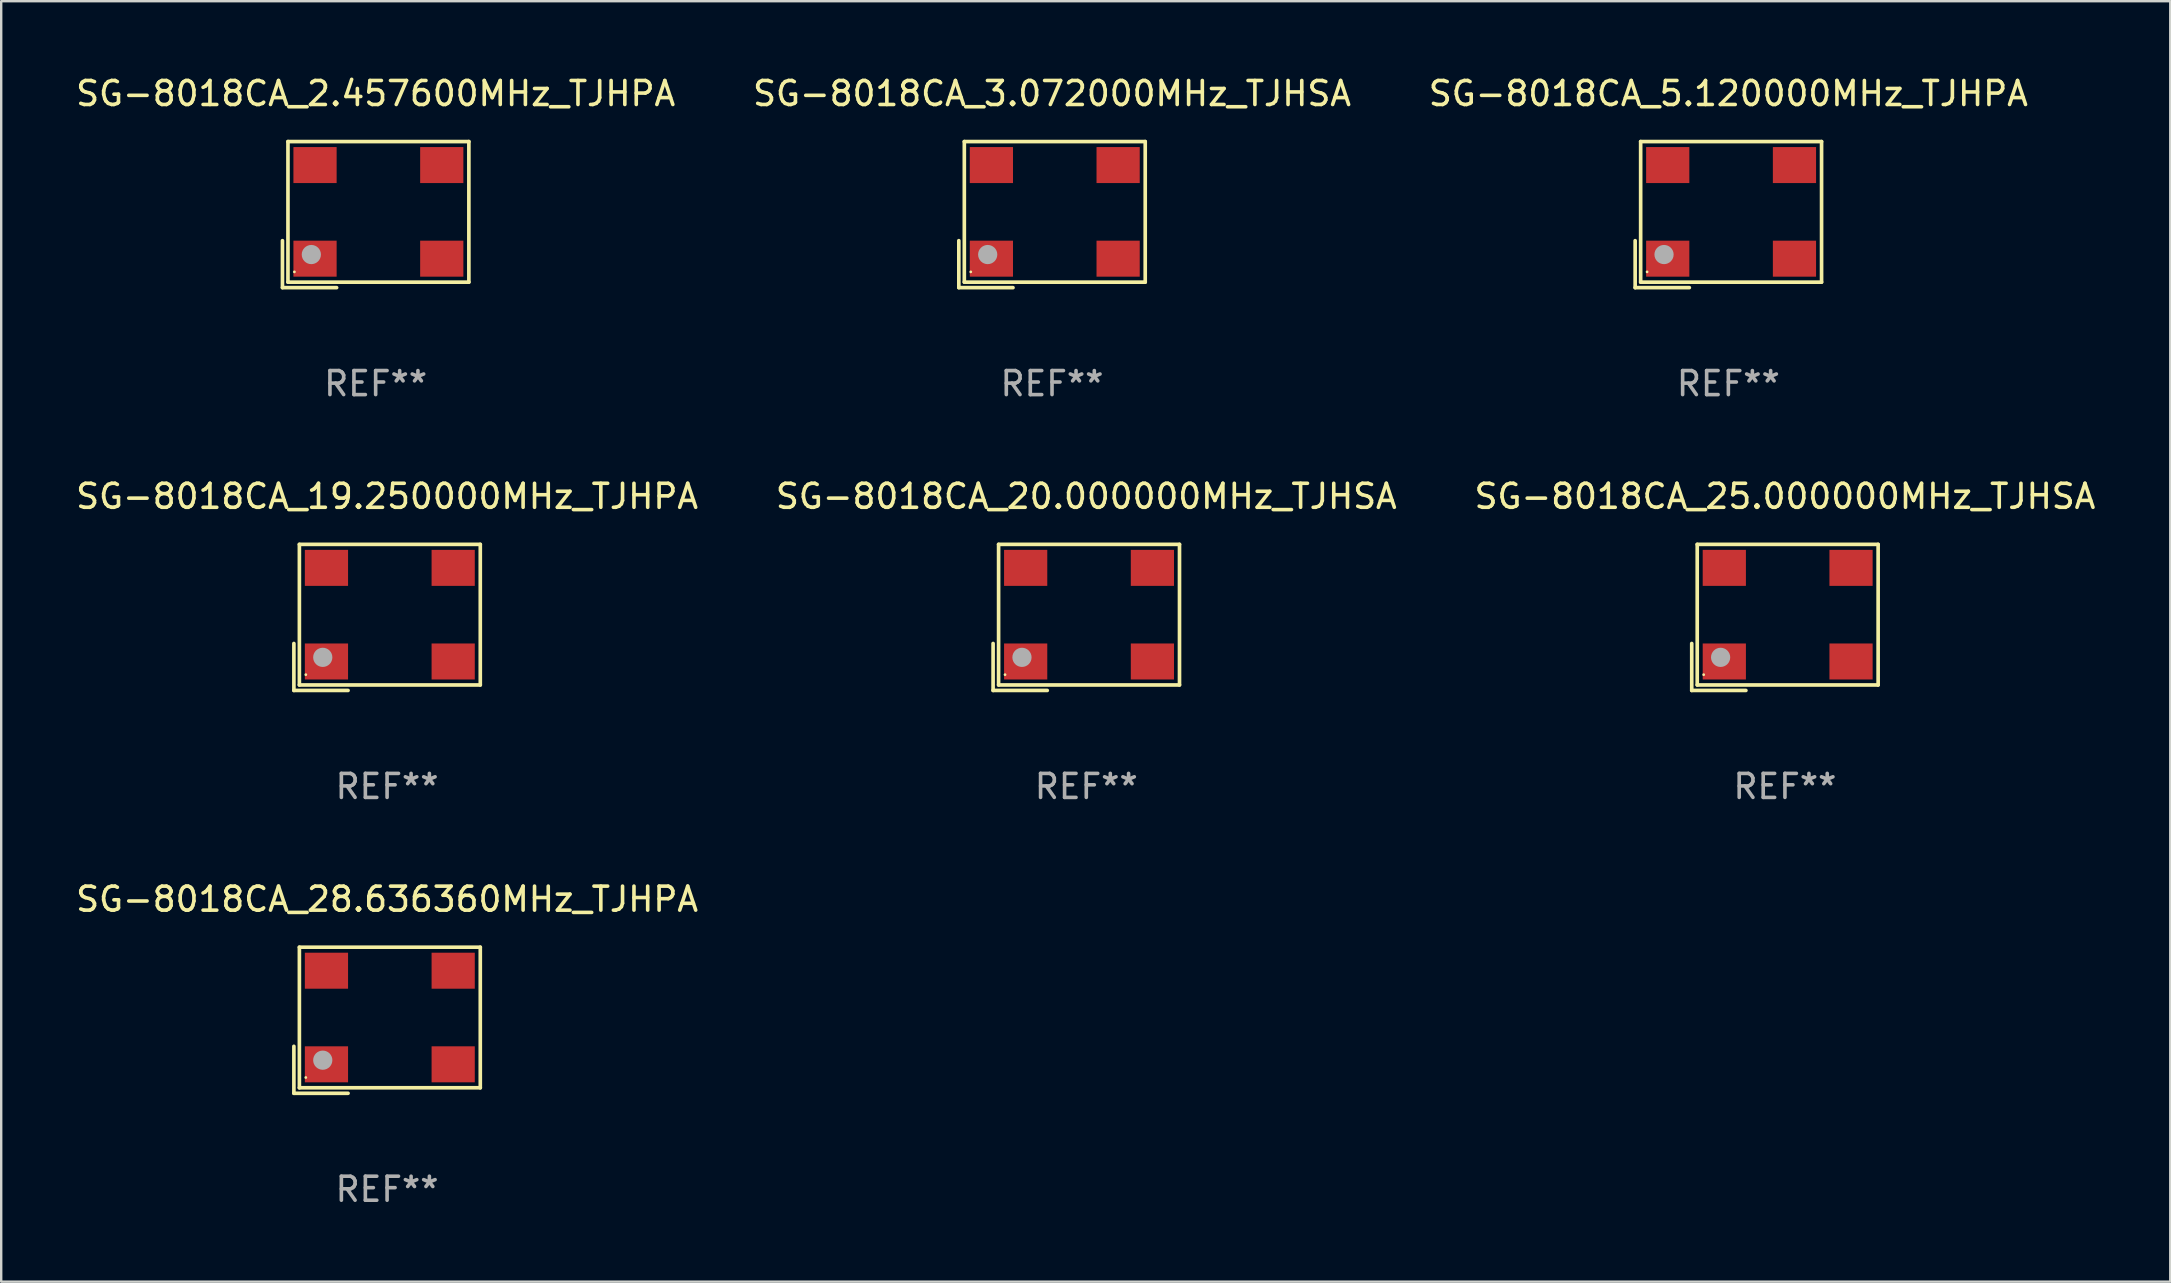
<source format=kicad_pcb>
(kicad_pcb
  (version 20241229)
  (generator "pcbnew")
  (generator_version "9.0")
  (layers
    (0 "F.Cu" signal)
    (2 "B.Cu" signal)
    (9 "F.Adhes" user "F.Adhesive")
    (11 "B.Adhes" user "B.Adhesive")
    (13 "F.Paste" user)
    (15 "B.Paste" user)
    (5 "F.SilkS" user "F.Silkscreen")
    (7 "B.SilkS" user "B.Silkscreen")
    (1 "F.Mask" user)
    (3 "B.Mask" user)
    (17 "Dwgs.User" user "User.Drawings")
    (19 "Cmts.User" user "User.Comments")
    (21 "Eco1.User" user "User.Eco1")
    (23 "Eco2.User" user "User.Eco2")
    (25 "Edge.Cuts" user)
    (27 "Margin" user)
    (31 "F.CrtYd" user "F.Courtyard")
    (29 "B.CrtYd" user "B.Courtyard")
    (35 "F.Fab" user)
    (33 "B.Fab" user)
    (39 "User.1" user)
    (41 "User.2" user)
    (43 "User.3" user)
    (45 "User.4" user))
  (footprint "SG-8018CA_25.000000MHz_TJHSA"
    (layer "F.Cu")
    (at 71.315 22.673)
    (property "Reference" "SG-8018CA_25.000000MHz_TJHSA" (at 0 -5.043 0) (layer "F.SilkS") (effects (font (size 1 1) (thickness 0.15))))
    (attr through_hole)
    (fp_line (start -3.883 1.086) (end -3.883 3.043) (stroke (width 0.152) (type solid)) (layer "F.SilkS"))
    (fp_line (start -3.883 3.043) (end -1.626 3.043) (stroke (width 0.152) (type solid)) (layer "F.SilkS"))
    (fp_line (start -3.654 -3.043) (end 3.883 -3.043) (stroke (width 0.152) (type solid)) (layer "F.SilkS"))
    (fp_line (start -3.654 2.814) (end -3.654 -3.043) (stroke (width 0.152) (type solid)) (layer "F.SilkS"))
    (fp_line (start 3.883 -3.043) (end 3.883 2.814) (stroke (width 0.152) (type solid)) (layer "F.SilkS"))
    (fp_line (start 3.883 2.814) (end -3.654 2.814) (stroke (width 0.152) (type solid)) (layer "F.SilkS"))
    (fp_circle (center -3.386 2.386) (end -3.356 2.386) (stroke (width 0.06) (type solid)) (fill no) (layer "F.SilkS"))
    (fp_circle (center -2.68 1.664) (end -2.48 1.664) (stroke (width 0.4) (type solid)) (fill no) (layer "F.Fab"))
    (fp_text user "REF**" (at 0 7.043 0) (layer "F.Fab") (effects (font (size 1 1) (thickness 0.15))))
    (pad "1" smd rect (at -2.526 1.836) (size 1.8 1.5) (layers "F.Cu" "F.Mask" "F.Paste"))
    (pad "2" smd rect (at 2.754 1.836) (size 1.8 1.5) (layers "F.Cu" "F.Mask" "F.Paste"))
    (pad "3" smd rect (at 2.754 -2.064) (size 1.8 1.5) (layers "F.Cu" "F.Mask" "F.Paste"))
    (pad "4" smd rect (at -2.526 -2.064) (size 1.8 1.5) (layers "F.Cu" "F.Mask" "F.Paste")))
  (footprint "SG-8018CA_5.120000MHz_TJHPA"
    (layer "F.Cu")
    (at 68.958 5.891)
    (property "Reference" "SG-8018CA_5.120000MHz_TJHPA" (at 0 -5.043 0) (layer "F.SilkS") (effects (font (size 1 1) (thickness 0.15))))
    (attr through_hole)
    (fp_line (start -3.883 1.086) (end -3.883 3.043) (stroke (width 0.152) (type solid)) (layer "F.SilkS"))
    (fp_line (start -3.883 3.043) (end -1.626 3.043) (stroke (width 0.152) (type solid)) (layer "F.SilkS"))
    (fp_line (start -3.654 -3.043) (end 3.883 -3.043) (stroke (width 0.152) (type solid)) (layer "F.SilkS"))
    (fp_line (start -3.654 2.814) (end -3.654 -3.043) (stroke (width 0.152) (type solid)) (layer "F.SilkS"))
    (fp_line (start 3.883 -3.043) (end 3.883 2.814) (stroke (width 0.152) (type solid)) (layer "F.SilkS"))
    (fp_line (start 3.883 2.814) (end -3.654 2.814) (stroke (width 0.152) (type solid)) (layer "F.SilkS"))
    (fp_circle (center -3.386 2.386) (end -3.356 2.386) (stroke (width 0.06) (type solid)) (fill no) (layer "F.SilkS"))
    (fp_circle (center -2.68 1.664) (end -2.48 1.664) (stroke (width 0.4) (type solid)) (fill no) (layer "F.Fab"))
    (fp_text user "REF**" (at 0 7.043 0) (layer "F.Fab") (effects (font (size 1 1) (thickness 0.15))))
    (pad "1" smd rect (at -2.526 1.836) (size 1.8 1.5) (layers "F.Cu" "F.Mask" "F.Paste"))
    (pad "2" smd rect (at 2.754 1.836) (size 1.8 1.5) (layers "F.Cu" "F.Mask" "F.Paste"))
    (pad "3" smd rect (at 2.754 -2.064) (size 1.8 1.5) (layers "F.Cu" "F.Mask" "F.Paste"))
    (pad "4" smd rect (at -2.526 -2.064) (size 1.8 1.5) (layers "F.Cu" "F.Mask" "F.Paste")))
  (footprint "SG-8018CA_28.636360MHz_TJHPA"
    (layer "F.Cu")
    (at 13.077 39.456)
    (property "Reference" "SG-8018CA_28.636360MHz_TJHPA" (at 0 -5.043 0) (layer "F.SilkS") (effects (font (size 1 1) (thickness 0.15))))
    (attr through_hole)
    (fp_line (start -3.883 1.086) (end -3.883 3.043) (stroke (width 0.152) (type solid)) (layer "F.SilkS"))
    (fp_line (start -3.883 3.043) (end -1.626 3.043) (stroke (width 0.152) (type solid)) (layer "F.SilkS"))
    (fp_line (start -3.654 -3.043) (end 3.883 -3.043) (stroke (width 0.152) (type solid)) (layer "F.SilkS"))
    (fp_line (start -3.654 2.814) (end -3.654 -3.043) (stroke (width 0.152) (type solid)) (layer "F.SilkS"))
    (fp_line (start 3.883 -3.043) (end 3.883 2.814) (stroke (width 0.152) (type solid)) (layer "F.SilkS"))
    (fp_line (start 3.883 2.814) (end -3.654 2.814) (stroke (width 0.152) (type solid)) (layer "F.SilkS"))
    (fp_circle (center -3.386 2.386) (end -3.356 2.386) (stroke (width 0.06) (type solid)) (fill no) (layer "F.SilkS"))
    (fp_circle (center -2.68 1.664) (end -2.48 1.664) (stroke (width 0.4) (type solid)) (fill no) (layer "F.Fab"))
    (fp_text user "REF**" (at 0 7.043 0) (layer "F.Fab") (effects (font (size 1 1) (thickness 0.15))))
    (pad "1" smd rect (at -2.526 1.836) (size 1.8 1.5) (layers "F.Cu" "F.Mask" "F.Paste"))
    (pad "2" smd rect (at 2.754 1.836) (size 1.8 1.5) (layers "F.Cu" "F.Mask" "F.Paste"))
    (pad "3" smd rect (at 2.754 -2.064) (size 1.8 1.5) (layers "F.Cu" "F.Mask" "F.Paste"))
    (pad "4" smd rect (at -2.526 -2.064) (size 1.8 1.5) (layers "F.Cu" "F.Mask" "F.Paste")))
  (footprint "SG-8018CA_3.072000MHz_TJHSA"
    (layer "F.Cu")
    (at 40.78 5.891)
    (property "Reference" "SG-8018CA_3.072000MHz_TJHSA" (at 0 -5.043 0) (layer "F.SilkS") (effects (font (size 1 1) (thickness 0.15))))
    (attr through_hole)
    (fp_line (start -3.883 1.086) (end -3.883 3.043) (stroke (width 0.152) (type solid)) (layer "F.SilkS"))
    (fp_line (start -3.883 3.043) (end -1.626 3.043) (stroke (width 0.152) (type solid)) (layer "F.SilkS"))
    (fp_line (start -3.654 -3.043) (end 3.883 -3.043) (stroke (width 0.152) (type solid)) (layer "F.SilkS"))
    (fp_line (start -3.654 2.814) (end -3.654 -3.043) (stroke (width 0.152) (type solid)) (layer "F.SilkS"))
    (fp_line (start 3.883 -3.043) (end 3.883 2.814) (stroke (width 0.152) (type solid)) (layer "F.SilkS"))
    (fp_line (start 3.883 2.814) (end -3.654 2.814) (stroke (width 0.152) (type solid)) (layer "F.SilkS"))
    (fp_circle (center -3.386 2.386) (end -3.356 2.386) (stroke (width 0.06) (type solid)) (fill no) (layer "F.SilkS"))
    (fp_circle (center -2.68 1.664) (end -2.48 1.664) (stroke (width 0.4) (type solid)) (fill no) (layer "F.Fab"))
    (fp_text user "REF**" (at 0 7.043 0) (layer "F.Fab") (effects (font (size 1 1) (thickness 0.15))))
    (pad "1" smd rect (at -2.526 1.836) (size 1.8 1.5) (layers "F.Cu" "F.Mask" "F.Paste"))
    (pad "2" smd rect (at 2.754 1.836) (size 1.8 1.5) (layers "F.Cu" "F.Mask" "F.Paste"))
    (pad "3" smd rect (at 2.754 -2.064) (size 1.8 1.5) (layers "F.Cu" "F.Mask" "F.Paste"))
    (pad "4" smd rect (at -2.526 -2.064) (size 1.8 1.5) (layers "F.Cu" "F.Mask" "F.Paste")))
  (footprint "SG-8018CA_20.000000MHz_TJHSA"
    (layer "F.Cu")
    (at 42.208 22.673)
    (property "Reference" "SG-8018CA_20.000000MHz_TJHSA" (at 0 -5.043 0) (layer "F.SilkS") (effects (font (size 1 1) (thickness 0.15))))
    (attr through_hole)
    (fp_line (start -3.883 1.086) (end -3.883 3.043) (stroke (width 0.152) (type solid)) (layer "F.SilkS"))
    (fp_line (start -3.883 3.043) (end -1.626 3.043) (stroke (width 0.152) (type solid)) (layer "F.SilkS"))
    (fp_line (start -3.654 -3.043) (end 3.883 -3.043) (stroke (width 0.152) (type solid)) (layer "F.SilkS"))
    (fp_line (start -3.654 2.814) (end -3.654 -3.043) (stroke (width 0.152) (type solid)) (layer "F.SilkS"))
    (fp_line (start 3.883 -3.043) (end 3.883 2.814) (stroke (width 0.152) (type solid)) (layer "F.SilkS"))
    (fp_line (start 3.883 2.814) (end -3.654 2.814) (stroke (width 0.152) (type solid)) (layer "F.SilkS"))
    (fp_circle (center -3.386 2.386) (end -3.356 2.386) (stroke (width 0.06) (type solid)) (fill no) (layer "F.SilkS"))
    (fp_circle (center -2.68 1.664) (end -2.48 1.664) (stroke (width 0.4) (type solid)) (fill no) (layer "F.Fab"))
    (fp_text user "REF**" (at 0 7.043 0) (layer "F.Fab") (effects (font (size 1 1) (thickness 0.15))))
    (pad "1" smd rect (at -2.526 1.836) (size 1.8 1.5) (layers "F.Cu" "F.Mask" "F.Paste"))
    (pad "2" smd rect (at 2.754 1.836) (size 1.8 1.5) (layers "F.Cu" "F.Mask" "F.Paste"))
    (pad "3" smd rect (at 2.754 -2.064) (size 1.8 1.5) (layers "F.Cu" "F.Mask" "F.Paste"))
    (pad "4" smd rect (at -2.526 -2.064) (size 1.8 1.5) (layers "F.Cu" "F.Mask" "F.Paste")))
  (footprint "SG-8018CA_2.457600MHz_TJHPA"
    (layer "F.Cu")
    (at 12.601 5.891)
    (property "Reference" "SG-8018CA_2.457600MHz_TJHPA" (at 0 -5.043 0) (layer "F.SilkS") (effects (font (size 1 1) (thickness 0.15))))
    (attr through_hole)
    (fp_line (start -3.883 1.086) (end -3.883 3.043) (stroke (width 0.152) (type solid)) (layer "F.SilkS"))
    (fp_line (start -3.883 3.043) (end -1.626 3.043) (stroke (width 0.152) (type solid)) (layer "F.SilkS"))
    (fp_line (start -3.654 -3.043) (end 3.883 -3.043) (stroke (width 0.152) (type solid)) (layer "F.SilkS"))
    (fp_line (start -3.654 2.814) (end -3.654 -3.043) (stroke (width 0.152) (type solid)) (layer "F.SilkS"))
    (fp_line (start 3.883 -3.043) (end 3.883 2.814) (stroke (width 0.152) (type solid)) (layer "F.SilkS"))
    (fp_line (start 3.883 2.814) (end -3.654 2.814) (stroke (width 0.152) (type solid)) (layer "F.SilkS"))
    (fp_circle (center -3.386 2.386) (end -3.356 2.386) (stroke (width 0.06) (type solid)) (fill no) (layer "F.SilkS"))
    (fp_circle (center -2.68 1.664) (end -2.48 1.664) (stroke (width 0.4) (type solid)) (fill no) (layer "F.Fab"))
    (fp_text user "REF**" (at 0 7.043 0) (layer "F.Fab") (effects (font (size 1 1) (thickness 0.15))))
    (pad "1" smd rect (at -2.526 1.836) (size 1.8 1.5) (layers "F.Cu" "F.Mask" "F.Paste"))
    (pad "2" smd rect (at 2.754 1.836) (size 1.8 1.5) (layers "F.Cu" "F.Mask" "F.Paste"))
    (pad "3" smd rect (at 2.754 -2.064) (size 1.8 1.5) (layers "F.Cu" "F.Mask" "F.Paste"))
    (pad "4" smd rect (at -2.526 -2.064) (size 1.8 1.5) (layers "F.Cu" "F.Mask" "F.Paste")))
  (footprint "SG-8018CA_19.250000MHz_TJHPA"
    (layer "F.Cu")
    (at 13.077 22.673)
    (property "Reference" "SG-8018CA_19.250000MHz_TJHPA" (at 0 -5.043 0) (layer "F.SilkS") (effects (font (size 1 1) (thickness 0.15))))
    (attr through_hole)
    (fp_line (start -3.883 1.086) (end -3.883 3.043) (stroke (width 0.152) (type solid)) (layer "F.SilkS"))
    (fp_line (start -3.883 3.043) (end -1.626 3.043) (stroke (width 0.152) (type solid)) (layer "F.SilkS"))
    (fp_line (start -3.654 -3.043) (end 3.883 -3.043) (stroke (width 0.152) (type solid)) (layer "F.SilkS"))
    (fp_line (start -3.654 2.814) (end -3.654 -3.043) (stroke (width 0.152) (type solid)) (layer "F.SilkS"))
    (fp_line (start 3.883 -3.043) (end 3.883 2.814) (stroke (width 0.152) (type solid)) (layer "F.SilkS"))
    (fp_line (start 3.883 2.814) (end -3.654 2.814) (stroke (width 0.152) (type solid)) (layer "F.SilkS"))
    (fp_circle (center -3.386 2.386) (end -3.356 2.386) (stroke (width 0.06) (type solid)) (fill no) (layer "F.SilkS"))
    (fp_circle (center -2.68 1.664) (end -2.48 1.664) (stroke (width 0.4) (type solid)) (fill no) (layer "F.Fab"))
    (fp_text user "REF**" (at 0 7.043 0) (layer "F.Fab") (effects (font (size 1 1) (thickness 0.15))))
    (pad "1" smd rect (at -2.526 1.836) (size 1.8 1.5) (layers "F.Cu" "F.Mask" "F.Paste"))
    (pad "2" smd rect (at 2.754 1.836) (size 1.8 1.5) (layers "F.Cu" "F.Mask" "F.Paste"))
    (pad "3" smd rect (at 2.754 -2.064) (size 1.8 1.5) (layers "F.Cu" "F.Mask" "F.Paste"))
    (pad "4" smd rect (at -2.526 -2.064) (size 1.8 1.5) (layers "F.Cu" "F.Mask" "F.Paste")))
  (gr_rect
    (start -3 -3)
    (end 87.369 50.347)
    (stroke (width 0.1) (type default))
    (fill no)
    (layer "Edge.Cuts")))
</source>
